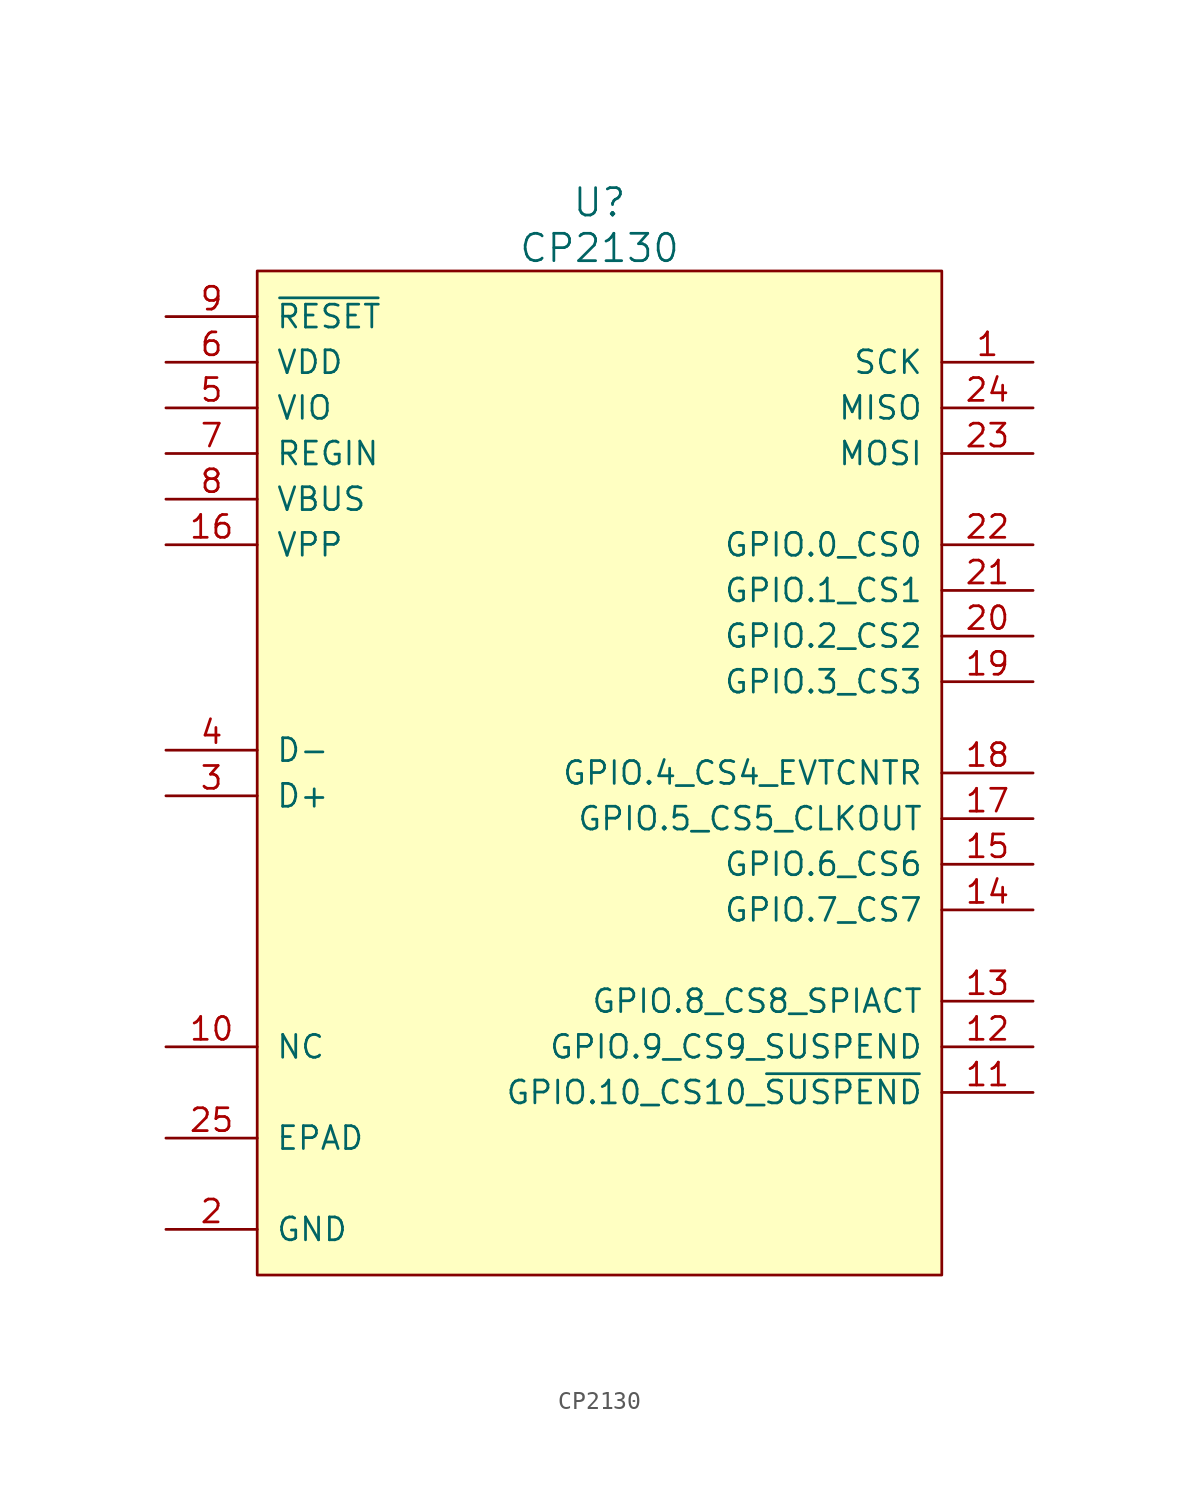
<source format=kicad_sym>
(kicad_symbol_lib
  (version 20211014)
  (generator kicad_symbol_editor)
  (symbol "CP2130"
    (pin_names
      (offset 1.016))
    (property "Reference" "U"
      (at 0 31.75 0)
      (effects (font (size 1.524 1.524))))
    (property "Value" "CP2130"
      (at 0 29.21 0)
      (effects (font (size 1.524 1.524))))
    (symbol "CP2130_0_1"
      (rectangle (start -19.05 27.94) (end 19.05 -27.94) (stroke (width 0) (type default) (color 0 0 0 0)) (fill (type background))))
    (symbol "CP2130_1_1"
      (pin passive line (at 24.13 22.86 180) (length 5.08) (name "SCK" (effects (font (size 1.27 1.27)))) (number "1" (effects (font (size 1.27 1.27)))))
      (pin passive line (at -24.13 -15.24 0) (length 5.08) (name "NC" (effects (font (size 1.27 1.27)))) (number "10" (effects (font (size 1.27 1.27)))))
      (pin passive line (at 24.13 -17.78 180) (length 5.08) (name "GPIO.10_CS10_~{SUSPEND}" (effects (font (size 1.27 1.27)))) (number "11" (effects (font (size 1.27 1.27)))))
      (pin passive line (at 24.13 -15.24 180) (length 5.08) (name "GPIO.9_CS9_SUSPEND" (effects (font (size 1.27 1.27)))) (number "12" (effects (font (size 1.27 1.27)))))
      (pin passive line (at 24.13 -12.7 180) (length 5.08) (name "GPIO.8_CS8_SPIACT" (effects (font (size 1.27 1.27)))) (number "13" (effects (font (size 1.27 1.27)))))
      (pin passive line (at 24.13 -7.62 180) (length 5.08) (name "GPIO.7_CS7" (effects (font (size 1.27 1.27)))) (number "14" (effects (font (size 1.27 1.27)))))
      (pin passive line (at 24.13 -5.08 180) (length 5.08) (name "GPIO.6_CS6" (effects (font (size 1.27 1.27)))) (number "15" (effects (font (size 1.27 1.27)))))
      (pin passive line (at -24.13 12.7 0) (length 5.08) (name "VPP" (effects (font (size 1.27 1.27)))) (number "16" (effects (font (size 1.27 1.27)))))
      (pin passive line (at 24.13 -2.54 180) (length 5.08) (name "GPIO.5_CS5_CLKOUT" (effects (font (size 1.27 1.27)))) (number "17" (effects (font (size 1.27 1.27)))))
      (pin passive line (at 24.13 0 180) (length 5.08) (name "GPIO.4_CS4_EVTCNTR" (effects (font (size 1.27 1.27)))) (number "18" (effects (font (size 1.27 1.27)))))
      (pin passive line (at 24.13 5.08 180) (length 5.08) (name "GPIO.3_CS3" (effects (font (size 1.27 1.27)))) (number "19" (effects (font (size 1.27 1.27)))))
      (pin passive line (at -24.13 -25.4 0) (length 5.08) (name "GND" (effects (font (size 1.27 1.27)))) (number "2" (effects (font (size 1.27 1.27)))))
      (pin passive line (at 24.13 7.62 180) (length 5.08) (name "GPIO.2_CS2" (effects (font (size 1.27 1.27)))) (number "20" (effects (font (size 1.27 1.27)))))
      (pin passive line (at 24.13 10.16 180) (length 5.08) (name "GPIO.1_CS1" (effects (font (size 1.27 1.27)))) (number "21" (effects (font (size 1.27 1.27)))))
      (pin passive line (at 24.13 12.7 180) (length 5.08) (name "GPIO.0_CS0" (effects (font (size 1.27 1.27)))) (number "22" (effects (font (size 1.27 1.27)))))
      (pin passive line (at 24.13 17.78 180) (length 5.08) (name "MOSI" (effects (font (size 1.27 1.27)))) (number "23" (effects (font (size 1.27 1.27)))))
      (pin passive line (at 24.13 20.32 180) (length 5.08) (name "MISO" (effects (font (size 1.27 1.27)))) (number "24" (effects (font (size 1.27 1.27)))))
      (pin passive line (at -24.13 -20.32 0) (length 5.08) (name "EPAD" (effects (font (size 1.27 1.27)))) (number "25" (effects (font (size 1.27 1.27)))))
      (pin passive line (at -24.13 -1.27 0) (length 5.08) (name "D+" (effects (font (size 1.27 1.27)))) (number "3" (effects (font (size 1.27 1.27)))))
      (pin passive line (at -24.13 1.27 0) (length 5.08) (name "D-" (effects (font (size 1.27 1.27)))) (number "4" (effects (font (size 1.27 1.27)))))
      (pin passive line (at -24.13 20.32 0) (length 5.08) (name "VIO" (effects (font (size 1.27 1.27)))) (number "5" (effects (font (size 1.27 1.27)))))
      (pin passive line (at -24.13 22.86 0) (length 5.08) (name "VDD" (effects (font (size 1.27 1.27)))) (number "6" (effects (font (size 1.27 1.27)))))
      (pin passive line (at -24.13 17.78 0) (length 5.08) (name "REGIN" (effects (font (size 1.27 1.27)))) (number "7" (effects (font (size 1.27 1.27)))))
      (pin passive line (at -24.13 15.24 0) (length 5.08) (name "VBUS" (effects (font (size 1.27 1.27)))) (number "8" (effects (font (size 1.27 1.27)))))
      (pin passive line (at -24.13 25.4 0) (length 5.08) (name "~{RESET}" (effects (font (size 1.27 1.27)))) (number "9" (effects (font (size 1.27 1.27))))))))
</source>
